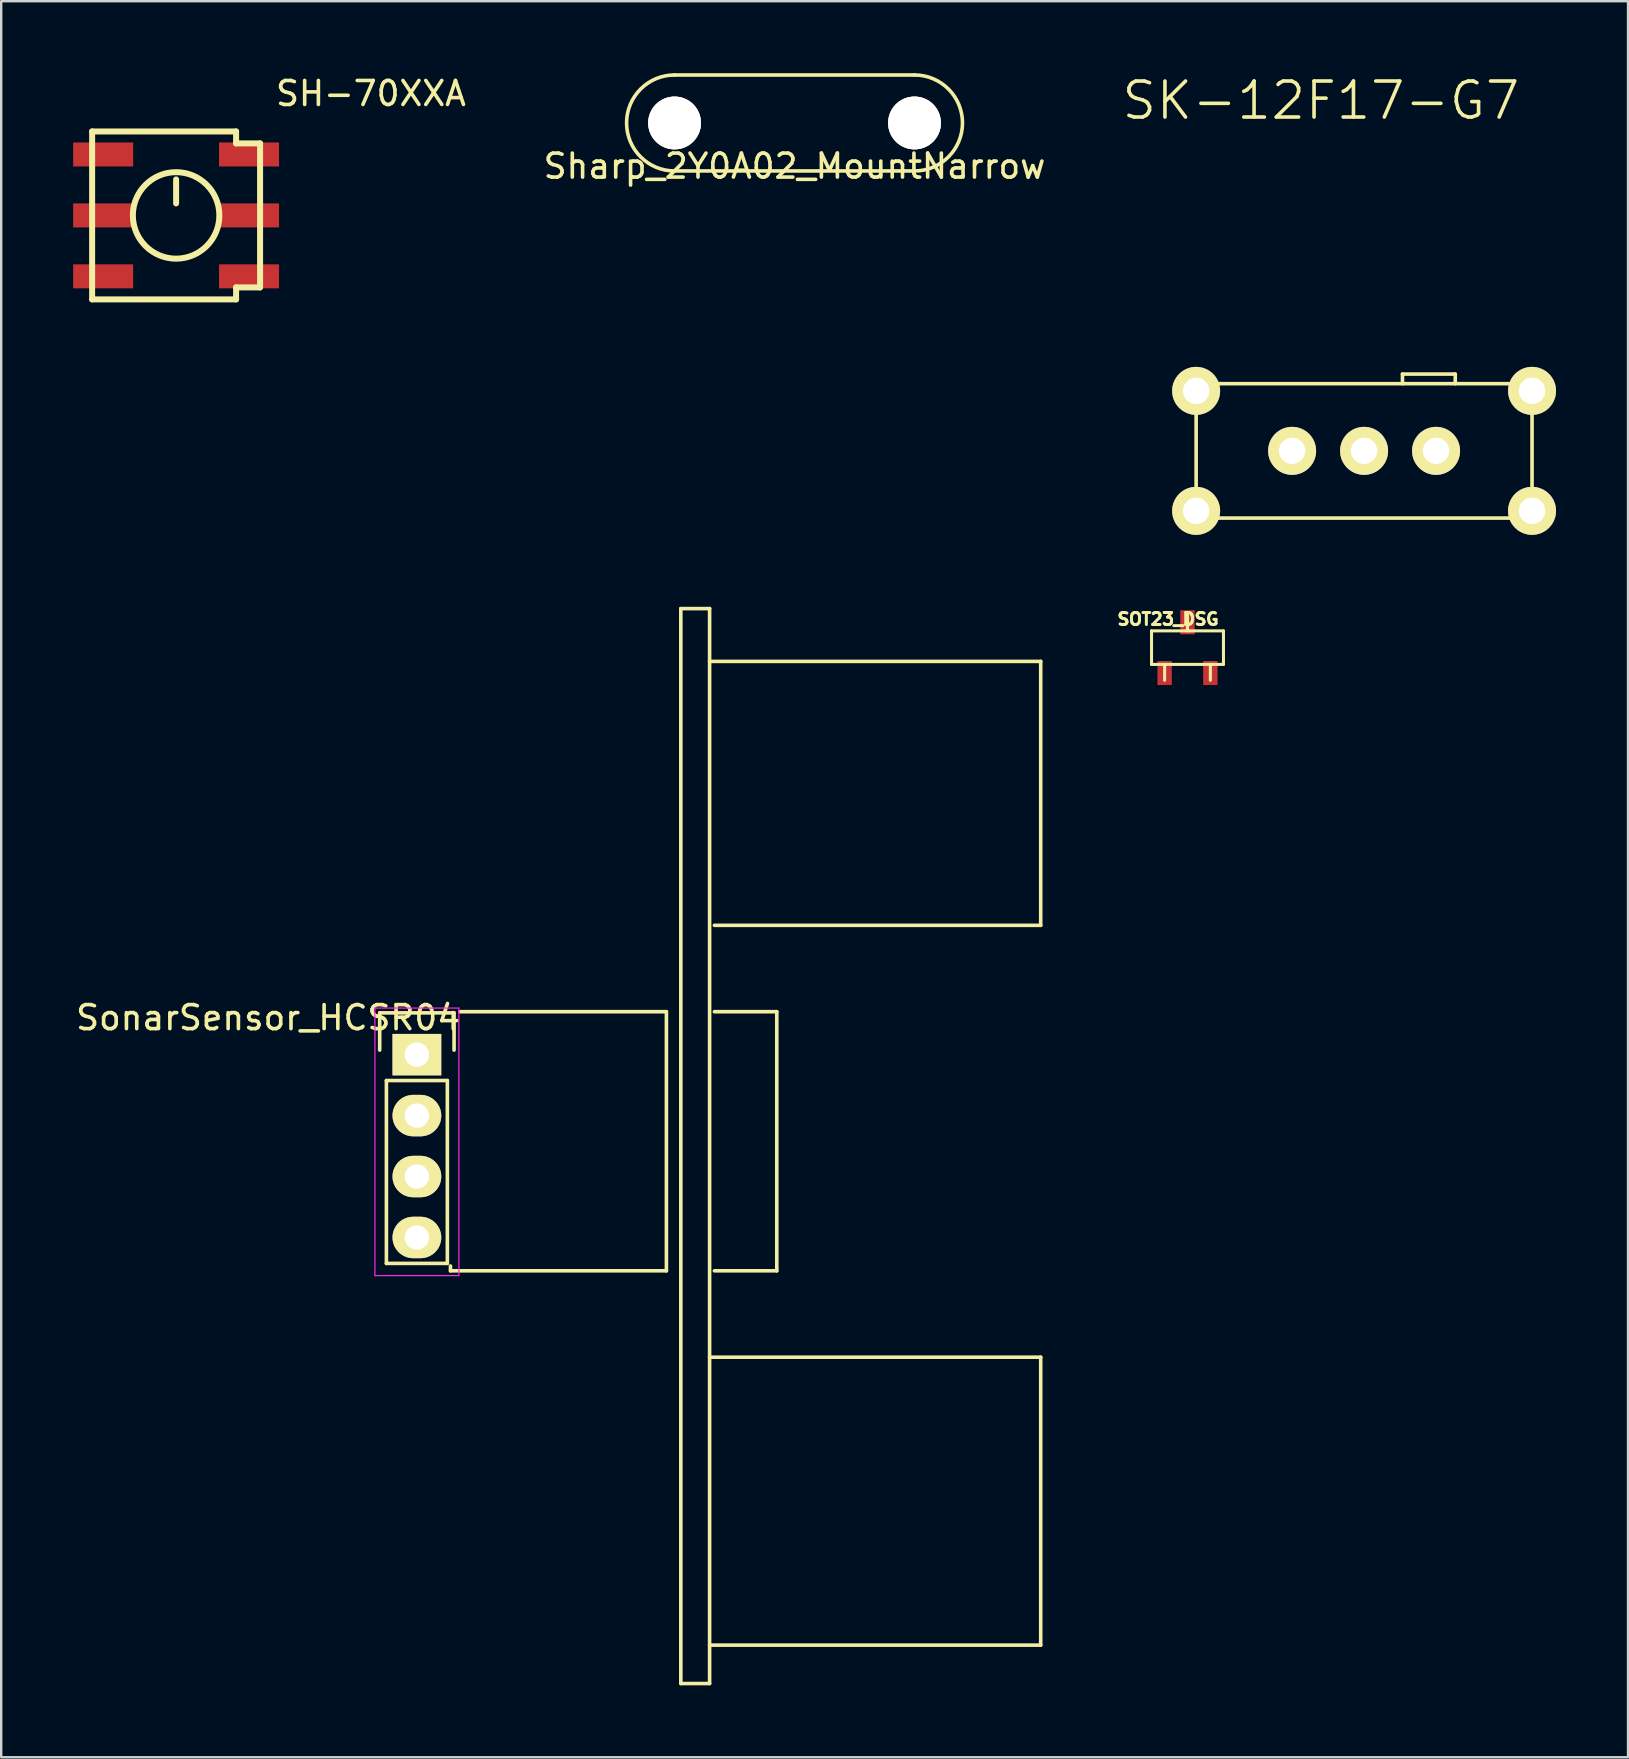
<source format=kicad_pcb>
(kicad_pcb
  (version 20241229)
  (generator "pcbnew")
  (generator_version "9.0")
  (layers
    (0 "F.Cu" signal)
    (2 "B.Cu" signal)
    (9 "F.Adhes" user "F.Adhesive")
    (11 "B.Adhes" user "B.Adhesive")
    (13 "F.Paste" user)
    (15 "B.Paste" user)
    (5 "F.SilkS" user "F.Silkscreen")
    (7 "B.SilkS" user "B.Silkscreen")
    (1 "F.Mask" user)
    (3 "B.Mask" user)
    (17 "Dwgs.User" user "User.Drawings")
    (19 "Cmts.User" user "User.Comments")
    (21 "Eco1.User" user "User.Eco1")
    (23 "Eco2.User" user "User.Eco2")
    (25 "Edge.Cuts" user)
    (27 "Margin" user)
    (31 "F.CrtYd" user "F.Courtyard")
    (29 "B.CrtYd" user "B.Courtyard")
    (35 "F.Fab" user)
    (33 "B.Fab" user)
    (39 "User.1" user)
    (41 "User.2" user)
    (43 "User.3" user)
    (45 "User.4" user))
  (footprint "SonarSensor_HCSR04"
    (layer "F.Cu")
    (at 14.325 44.716)
    (property "Reference" "SonarSensor_HCSR04" (at -6.2 -5.35 0) (layer "F.SilkS") (effects (font (size 1 1) (thickness 0.15))))
    (attr through_hole)
    (fp_line (start -1.55 -5.55) (end 1.55 -5.55) (stroke (width 0.15) (type solid)) (layer "F.SilkS"))
    (fp_line (start -1.55 -4) (end -1.55 -5.55) (stroke (width 0.15) (type solid)) (layer "F.SilkS"))
    (fp_line (start -1.27 -2.73) (end -1.27 4.89) (stroke (width 0.15) (type solid)) (layer "F.SilkS"))
    (fp_line (start -1.27 4.89) (end 1.27 4.89) (stroke (width 0.15) (type solid)) (layer "F.SilkS"))
    (fp_line (start 1.27 -2.73) (end -1.27 -2.73) (stroke (width 0.15) (type solid)) (layer "F.SilkS"))
    (fp_line (start 1.27 -2.73) (end 1.27 4.89) (stroke (width 0.15) (type solid)) (layer "F.SilkS"))
    (fp_line (start 1.4 5.2) (end 1.4 5) (stroke (width 0.15) (type solid)) (layer "F.SilkS"))
    (fp_line (start 1.55 -5.55) (end 1.55 -4) (stroke (width 0.15) (type solid)) (layer "F.SilkS"))
    (fp_line (start 1.8 -5.6) (end 10.4 -5.6) (stroke (width 0.15) (type solid)) (layer "F.SilkS"))
    (fp_line (start 10.4 -5.6) (end 10.4 5.2) (stroke (width 0.15) (type solid)) (layer "F.SilkS"))
    (fp_line (start 10.4 5.2) (end 1.4 5.2) (stroke (width 0.15) (type solid)) (layer "F.SilkS"))
    (fp_line (start 11 -22.4) (end 11 22.4) (stroke (width 0.15) (type solid)) (layer "F.SilkS"))
    (fp_line (start 11 22.4) (end 12.2 22.4) (stroke (width 0.15) (type solid)) (layer "F.SilkS"))
    (fp_line (start 12.2 -22.4) (end 11 -22.4) (stroke (width 0.15) (type solid)) (layer "F.SilkS"))
    (fp_line (start 12.2 -20.2) (end 26 -20.2) (stroke (width 0.15) (type solid)) (layer "F.SilkS"))
    (fp_line (start 12.2 20.8) (end 26 20.8) (stroke (width 0.15) (type solid)) (layer "F.SilkS"))
    (fp_line (start 12.2 22.4) (end 12.2 -22.4) (stroke (width 0.15) (type solid)) (layer "F.SilkS"))
    (fp_line (start 12.4 -5.6) (end 15 -5.6) (stroke (width 0.15) (type solid)) (layer "F.SilkS"))
    (fp_line (start 15 -5.6) (end 15 5.2) (stroke (width 0.15) (type solid)) (layer "F.SilkS"))
    (fp_line (start 15 5.2) (end 12.4 5.2) (stroke (width 0.15) (type solid)) (layer "F.SilkS"))
    (fp_line (start 26 -20.2) (end 26 -9.2) (stroke (width 0.15) (type solid)) (layer "F.SilkS"))
    (fp_line (start 26 -9.2) (end 12.4 -9.2) (stroke (width 0.15) (type solid)) (layer "F.SilkS"))
    (fp_line (start 26 8.8) (end 12.2 8.8) (stroke (width 0.15) (type solid)) (layer "F.SilkS"))
    (fp_line (start 26 20.8) (end 26 8.8) (stroke (width 0.15) (type solid)) (layer "F.SilkS"))
    (fp_line (start -1.75 -5.75) (end -1.75 5.4) (stroke (width 0.05) (type solid)) (layer "F.CrtYd"))
    (fp_line (start -1.75 -5.75) (end 1.75 -5.75) (stroke (width 0.05) (type solid)) (layer "F.CrtYd"))
    (fp_line (start -1.75 5.4) (end 1.75 5.4) (stroke (width 0.05) (type solid)) (layer "F.CrtYd"))
    (fp_line (start 1.75 -5.75) (end 1.75 5.4) (stroke (width 0.05) (type solid)) (layer "F.CrtYd"))
    (pad "1" thru_hole oval (at 0 3.81) (size 2.032 1.727) (drill 1.016) (layers "*.Cu" "*.Mask" "F.SilkS"))
    (pad "2" thru_hole oval (at 0 1.27) (size 2.032 1.727) (drill 1.016) (layers "*.Cu" "*.Mask" "F.SilkS"))
    (pad "3" thru_hole oval (at 0 -1.27) (size 2.032 1.727) (drill 1.016) (layers "*.Cu" "*.Mask" "F.SilkS"))
    (pad "4" thru_hole rect (at 0 -3.81) (size 2.032 1.727) (drill 1.016) (layers "*.Cu" "*.Mask" "F.SilkS")))
  (footprint "SH-70XXA"
    (layer "F.Cu")
    (at 4.79 5.928)
    (property "Reference" "SH-70XXA" (at 7.62 -5.08 0) (layer "F.SilkS") (effects (font (size 1 1) (thickness 0.15))))
    (attr through_hole)
    (fp_line (start -4 -3.5) (end -4 3.5) (stroke (width 0.25) (type solid)) (layer "F.SilkS"))
    (fp_line (start -4 3.5) (end 2 3.5) (stroke (width 0.25) (type solid)) (layer "F.SilkS"))
    (fp_line (start -0.5 -0.5) (end -0.5 -1.5) (stroke (width 0.25) (type solid)) (layer "F.SilkS"))
    (fp_line (start 2 -3.5) (end -4 -3.5) (stroke (width 0.25) (type solid)) (layer "F.SilkS"))
    (fp_line (start 2 -3) (end 2 -3.5) (stroke (width 0.25) (type solid)) (layer "F.SilkS"))
    (fp_line (start 2 3) (end 3 3) (stroke (width 0.25) (type solid)) (layer "F.SilkS"))
    (fp_line (start 2 3.5) (end 2 3) (stroke (width 0.25) (type solid)) (layer "F.SilkS"))
    (fp_line (start 3 -3) (end 2 -3) (stroke (width 0.25) (type solid)) (layer "F.SilkS"))
    (fp_line (start 3 3) (end 3 -3) (stroke (width 0.25) (type solid)) (layer "F.SilkS"))
    (fp_circle (center -0.5 0) (end -1.5 1.5) (stroke (width 0.25) (type solid)) (fill no) (layer "F.SilkS"))
    (pad "1" smd rect (at -3.54 -2.54) (size 2.5 1) (layers "F.Cu" "F.Mask" "F.Paste"))
    (pad "2" smd rect (at -3.54 0) (size 2.5 1) (layers "F.Cu" "F.Mask" "F.Paste"))
    (pad "3" smd rect (at -3.54 2.54) (size 2.5 1) (layers "F.Cu" "F.Mask" "F.Paste"))
    (pad "4" smd rect (at 2.54 2.54) (size 2.5 1) (layers "F.Cu" "F.Mask" "F.Paste"))
    (pad "5" smd rect (at 2.54 0) (size 2.5 1) (layers "F.Cu" "F.Mask" "F.Paste"))
    (pad "6" smd rect (at 2.54 -2.54) (size 2.5 1) (layers "F.Cu" "F.Mask" "F.Paste")))
  (footprint "Sharp_2Y0A02_MountNarrow"
    (layer "F.Cu")
    (at 30.065 2.075)
    (property "Reference" "Sharp_2Y0A02_MountNarrow" (at 0 1.8 0) (layer "F.SilkS") (effects (font (size 1 1) (thickness 0.15))))
    (attr through_hole)
    (fp_line (start -5 -2) (end 5 -2) (stroke (width 0.15) (type solid)) (layer "F.SilkS"))
    (fp_line (start 5 2) (end -5 2) (stroke (width 0.15) (type solid)) (layer "F.SilkS"))
    (fp_arc (start -5 2) (mid -7 0) (end -5 -2) (stroke (width 0.15) (type solid)) (layer "F.SilkS"))
    (fp_arc (start 5 -2) (mid 7 0) (end 5 2) (stroke (width 0.15) (type solid)) (layer "F.SilkS"))
    (pad "0" thru_hole circle (at -5 0) (size 2.2 2.2) (drill 2.2) (layers "*.Cu" "*.Mask" "F.SilkS"))
    (pad "0" thru_hole circle (at 5 0) (size 2.2 2.2) (drill 2.2) (layers "*.Cu" "*.Mask" "F.SilkS")))
  (footprint "SOT23_DSG"
    (layer "F.Cu")
    (at 46.443 23.943)
    (property "Reference" "SOT23_DSG" (at -0.81 -1.19 0) (layer "F.SilkS") (effects (font (size 0.5 0.5) (thickness 0.125))))
    (attr through_hole)
    (fp_line (start -1.499 -0.699) (end 1.499 -0.699) (stroke (width 0.127) (type solid)) (layer "F.SilkS"))
    (fp_line (start -1.499 0.699) (end -1.499 -0.699) (stroke (width 0.127) (type solid)) (layer "F.SilkS"))
    (fp_line (start -0.953 0.699) (end -0.953 1.359) (stroke (width 0.127) (type solid)) (layer "F.SilkS"))
    (fp_line (start 0 -0.699) (end 0 -1.359) (stroke (width 0.127) (type solid)) (layer "F.SilkS"))
    (fp_line (start 0.953 0.699) (end 0.953 1.359) (stroke (width 0.127) (type solid)) (layer "F.SilkS"))
    (fp_line (start 1.499 -0.699) (end 1.499 0.699) (stroke (width 0.127) (type solid)) (layer "F.SilkS"))
    (fp_line (start 1.499 0.699) (end -1.499 0.699) (stroke (width 0.127) (type solid)) (layer "F.SilkS"))
    (pad "1" smd rect (at 0 -1.057) (size 0.599 1.001) (layers "F.Cu" "F.Mask" "F.Paste"))
    (pad "2" smd rect (at 0.953 1.057) (size 0.599 1.001) (layers "F.Cu" "F.Mask" "F.Paste"))
    (pad "3" smd rect (at -0.953 1.057) (size 0.599 1.001) (layers "F.Cu" "F.Mask" "F.Paste")))
  (footprint "SK-12F17-G7"
    (layer "F.Cu")
    (at 53.803 15.741)
    (property "Reference" "SK-12F17-G7" (at -1.8 -14.6 0) (layer "F.SilkS") (effects (font (size 1.5 1.5) (thickness 0.15))))
    (attr through_hole)
    (fp_line (start -7 -2.8) (end 7 -2.8) (stroke (width 0.15) (type solid)) (layer "F.SilkS"))
    (fp_line (start -7 2.8) (end -7 -2.8) (stroke (width 0.15) (type solid)) (layer "F.SilkS"))
    (fp_line (start 1.6 -3.2) (end 1.6 -2.8) (stroke (width 0.15) (type solid)) (layer "F.SilkS"))
    (fp_line (start 3.8 -3.2) (end 1.6 -3.2) (stroke (width 0.15) (type solid)) (layer "F.SilkS"))
    (fp_line (start 3.8 -2.8) (end 3.8 -3.2) (stroke (width 0.15) (type solid)) (layer "F.SilkS"))
    (fp_line (start 7 -2.8) (end 7 2.8) (stroke (width 0.15) (type solid)) (layer "F.SilkS"))
    (fp_line (start 7 2.8) (end -7 2.8) (stroke (width 0.15) (type solid)) (layer "F.SilkS"))
    (pad "" thru_hole circle (at -7 -2.5) (size 2 2) (drill 1.1) (layers "*.Cu" "*.Mask" "F.SilkS"))
    (pad "" thru_hole circle (at -7 2.5) (size 2 2) (drill 1.1) (layers "*.Cu" "*.Mask" "F.SilkS"))
    (pad "" thru_hole circle (at 7 -2.5) (size 2 2) (drill 1.1) (layers "*.Cu" "*.Mask" "F.SilkS"))
    (pad "" thru_hole circle (at 7 2.5) (size 2 2) (drill 1.1) (layers "*.Cu" "*.Mask" "F.SilkS"))
    (pad "1" thru_hole circle (at -3 0) (size 2 2) (drill 1.1) (layers "*.Cu" "*.Mask" "F.SilkS"))
    (pad "2" thru_hole circle (at 0 0) (size 2 2) (drill 1.1) (layers "*.Cu" "*.Mask" "F.SilkS"))
    (pad "3" thru_hole circle (at 3 0) (size 2 2) (drill 1.1) (layers "*.Cu" "*.Mask" "F.SilkS")))
  (gr_rect
    (start -3 -3)
    (end 64.803 70.191)
    (stroke (width 0.1) (type default))
    (fill no)
    (layer "Edge.Cuts")))
</source>
